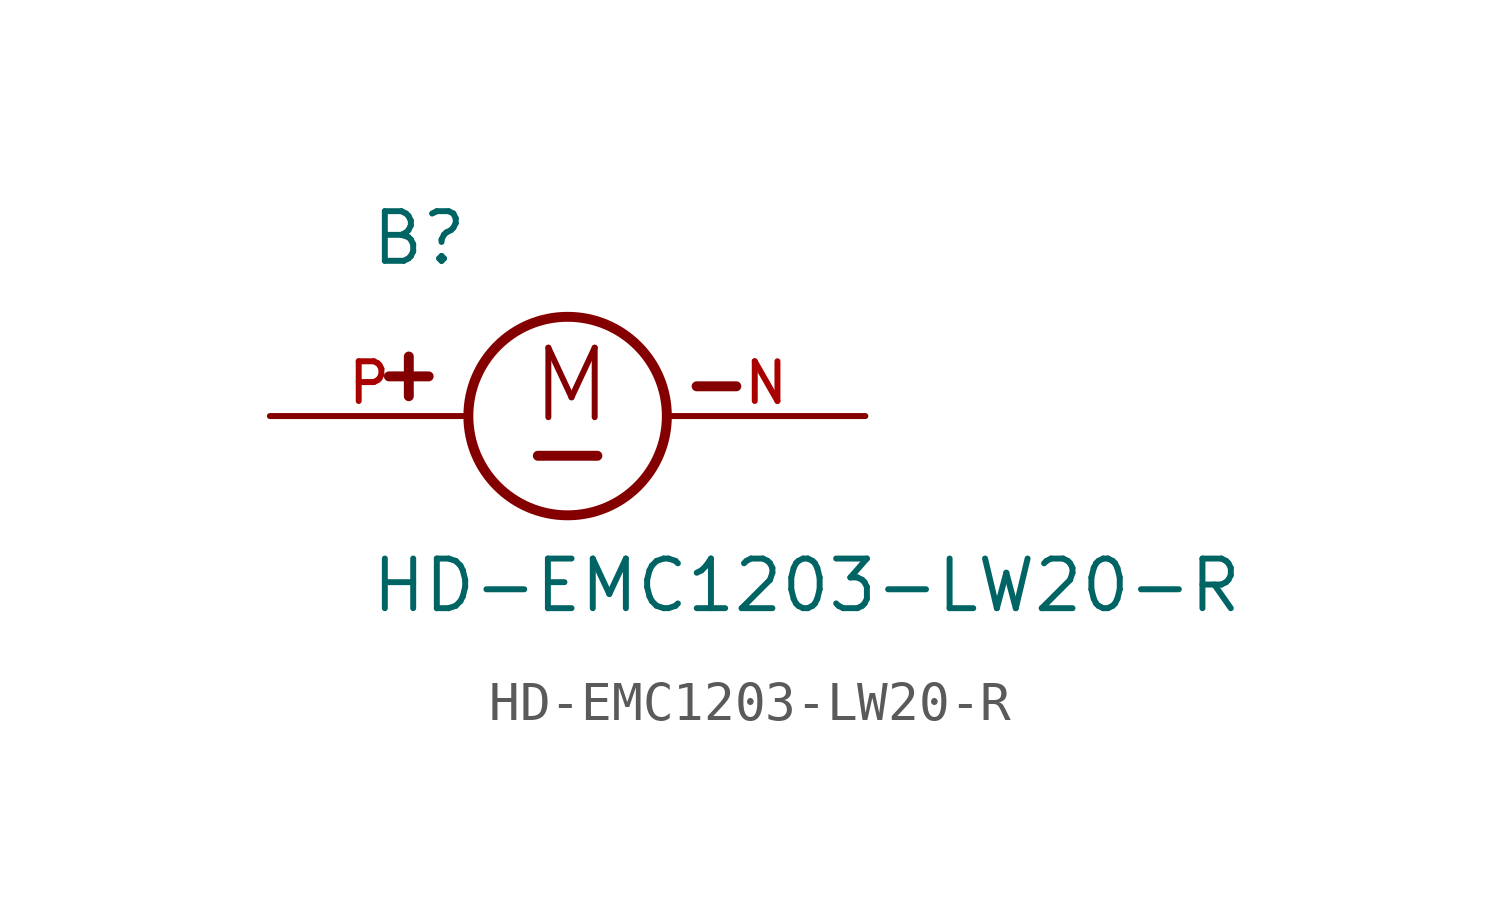
<source format=kicad_sym>
(kicad_symbol_lib
  (version 20211014)
  (generator kicad_symbol_editor)
  (symbol "HD-EMC1203-LW20-R"
    (pin_names
      (offset 1.016))
    (property "Reference" "B"
      (at -5.08 3.81 0)
      (effects (font (size 1.27 1.27)) (justify bottom left)))
    (property "Value" "HD-EMC1203-LW20-R"
      (at -5.08 -5.08 0)
      (effects (font (size 1.27 1.27)) (justify bottom left)))
    (symbol "HD-EMC1203-LW20-R_0_0"
      (circle (center 0.0 0.0) (radius 2.54) (stroke (width 0.254)) (fill (type none)))
      (text "M" (at -1.016 -0.254 0) (effects (font (size 1.778 1.778)) (justify bottom left)))
      (polyline (pts (xy -0.762 -1.016) (xy 0.762 -1.016)) (stroke (width 0.254)))
      (polyline (pts (xy -4.064 1.524) (xy -4.064 0.508)) (stroke (width 0.254)))
      (polyline (pts (xy -4.572 1.016) (xy -3.556 1.016)) (stroke (width 0.254)))
      (polyline (pts (xy 3.302 0.762) (xy 4.318 0.762)) (stroke (width 0.254)))
      (pin passive line (at -7.62 0.0 0) (length 5.08) (name "~" (effects (font (size 1.016 1.016)))) (number "P" (effects (font (size 1.016 1.016)))))
      (pin passive line (at 7.62 0.0 180.0) (length 5.08) (name "~" (effects (font (size 1.016 1.016)))) (number "N" (effects (font (size 1.016 1.016))))))))
</source>
